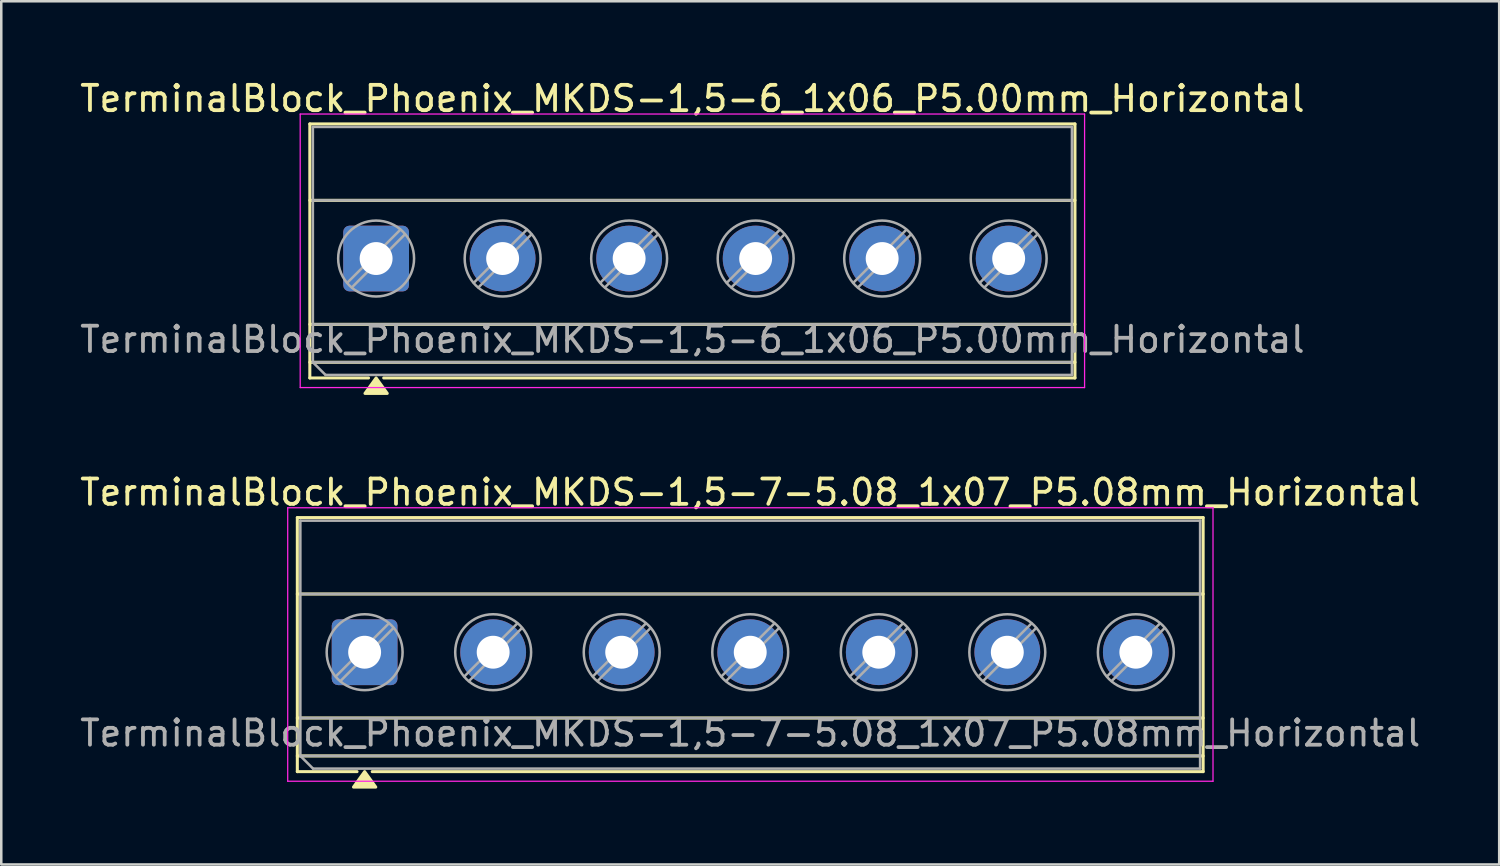
<source format=kicad_pcb>
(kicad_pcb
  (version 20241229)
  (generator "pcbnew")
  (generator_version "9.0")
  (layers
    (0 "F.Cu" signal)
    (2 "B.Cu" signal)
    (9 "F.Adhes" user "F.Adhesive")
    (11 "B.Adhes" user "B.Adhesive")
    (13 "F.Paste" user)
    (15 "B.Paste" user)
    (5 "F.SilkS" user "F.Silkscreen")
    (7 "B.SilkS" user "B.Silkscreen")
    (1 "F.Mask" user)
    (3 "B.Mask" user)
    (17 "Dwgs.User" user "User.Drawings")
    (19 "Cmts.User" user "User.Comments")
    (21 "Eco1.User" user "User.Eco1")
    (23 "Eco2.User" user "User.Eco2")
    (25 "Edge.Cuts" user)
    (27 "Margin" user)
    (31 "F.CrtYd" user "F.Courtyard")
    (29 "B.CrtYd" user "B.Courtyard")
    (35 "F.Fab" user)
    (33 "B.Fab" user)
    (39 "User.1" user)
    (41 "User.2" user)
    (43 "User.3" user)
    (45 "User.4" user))
  (footprint "TerminalBlock_Phoenix_MKDS-1,5-6_1x06_P5.00mm_Horizontal"
    (layer "F.Cu")
    (at 11.815 7.168)
    (property "Reference" "TerminalBlock_Phoenix_MKDS-1,5-6_1x06_P5.00mm_Horizontal" (at 12.5 -6.32 0) (layer "F.SilkS") (effects (font (size 1 1) (thickness 0.15))))
    (attr through_hole)
    (fp_line (start -2.62 -5.32) (end -2.62 4.72) (stroke (width 0.12) (type solid)) (layer "F.SilkS"))
    (fp_line (start -2.62 -5.32) (end 27.62 -5.32) (stroke (width 0.12) (type solid)) (layer "F.SilkS"))
    (fp_line (start -2.62 -2.3) (end 27.62 -2.3) (stroke (width 0.12) (type solid)) (layer "F.SilkS"))
    (fp_line (start -2.62 2.6) (end 27.62 2.6) (stroke (width 0.12) (type solid)) (layer "F.SilkS"))
    (fp_line (start -2.62 4.1) (end 27.62 4.1) (stroke (width 0.12) (type solid)) (layer "F.SilkS"))
    (fp_line (start -2.62 4.72) (end -0.3 4.72) (stroke (width 0.12) (type solid)) (layer "F.SilkS"))
    (fp_line (start 0.3 4.72) (end 27.62 4.72) (stroke (width 0.12) (type solid)) (layer "F.SilkS"))
    (fp_line (start 27.62 -5.32) (end 27.62 4.72) (stroke (width 0.12) (type solid)) (layer "F.SilkS"))
    (fp_poly (pts (xy 0 4.72) (xy 0.44 5.33) (xy -0.44 5.33)) (stroke (width 0.12) (type solid)) (fill yes) (layer "F.SilkS"))
    (fp_line (start -3 -5.71) (end -3 5.1) (stroke (width 0.05) (type solid)) (layer "F.CrtYd"))
    (fp_line (start -3 5.1) (end 28 5.1) (stroke (width 0.05) (type solid)) (layer "F.CrtYd"))
    (fp_line (start 28 -5.71) (end -3 -5.71) (stroke (width 0.05) (type solid)) (layer "F.CrtYd"))
    (fp_line (start 28 5.1) (end 28 -5.71) (stroke (width 0.05) (type solid)) (layer "F.CrtYd"))
    (fp_line (start -2.5 -5.2) (end 27.5 -5.2) (stroke (width 0.1) (type solid)) (layer "F.Fab"))
    (fp_line (start -2.5 -2.3) (end 27.5 -2.3) (stroke (width 0.1) (type solid)) (layer "F.Fab"))
    (fp_line (start -2.5 2.6) (end 27.5 2.6) (stroke (width 0.1) (type solid)) (layer "F.Fab"))
    (fp_line (start -2.5 4.1) (end -2.5 -5.2) (stroke (width 0.1) (type solid)) (layer "F.Fab"))
    (fp_line (start -2.5 4.1) (end 27.5 4.1) (stroke (width 0.1) (type solid)) (layer "F.Fab"))
    (fp_line (start -2 4.6) (end -2.5 4.1) (stroke (width 0.1) (type solid)) (layer "F.Fab"))
    (fp_line (start 0.955 -1.138) (end -1.138 0.955) (stroke (width 0.1) (type solid)) (layer "F.Fab"))
    (fp_line (start 1.138 -0.955) (end -0.955 1.138) (stroke (width 0.1) (type solid)) (layer "F.Fab"))
    (fp_line (start 5.955 -1.138) (end 3.862 0.955) (stroke (width 0.1) (type solid)) (layer "F.Fab"))
    (fp_line (start 6.138 -0.955) (end 4.045 1.138) (stroke (width 0.1) (type solid)) (layer "F.Fab"))
    (fp_line (start 10.955 -1.138) (end 8.862 0.955) (stroke (width 0.1) (type solid)) (layer "F.Fab"))
    (fp_line (start 11.138 -0.955) (end 9.045 1.138) (stroke (width 0.1) (type solid)) (layer "F.Fab"))
    (fp_line (start 15.955 -1.138) (end 13.862 0.955) (stroke (width 0.1) (type solid)) (layer "F.Fab"))
    (fp_line (start 16.138 -0.955) (end 14.045 1.138) (stroke (width 0.1) (type solid)) (layer "F.Fab"))
    (fp_line (start 20.955 -1.138) (end 18.862 0.955) (stroke (width 0.1) (type solid)) (layer "F.Fab"))
    (fp_line (start 21.138 -0.955) (end 19.045 1.138) (stroke (width 0.1) (type solid)) (layer "F.Fab"))
    (fp_line (start 25.955 -1.138) (end 23.862 0.955) (stroke (width 0.1) (type solid)) (layer "F.Fab"))
    (fp_line (start 26.138 -0.955) (end 24.045 1.138) (stroke (width 0.1) (type solid)) (layer "F.Fab"))
    (fp_line (start 27.5 -5.2) (end 27.5 4.6) (stroke (width 0.1) (type solid)) (layer "F.Fab"))
    (fp_line (start 27.5 4.6) (end -2 4.6) (stroke (width 0.1) (type solid)) (layer "F.Fab"))
    (fp_circle (center 0 0) (end 1.5 0) (stroke (width 0.1) (type solid)) (fill no) (layer "F.Fab"))
    (fp_circle (center 5 0) (end 6.5 0) (stroke (width 0.1) (type solid)) (fill no) (layer "F.Fab"))
    (fp_circle (center 10 0) (end 11.5 0) (stroke (width 0.1) (type solid)) (fill no) (layer "F.Fab"))
    (fp_circle (center 15 0) (end 16.5 0) (stroke (width 0.1) (type solid)) (fill no) (layer "F.Fab"))
    (fp_circle (center 20 0) (end 21.5 0) (stroke (width 0.1) (type solid)) (fill no) (layer "F.Fab"))
    (fp_circle (center 25 0) (end 26.5 0) (stroke (width 0.1) (type solid)) (fill no) (layer "F.Fab"))
    (fp_text user "${REFERENCE}" (at 12.5 3.2 0) (layer "F.Fab") (effects (font (size 1 1) (thickness 0.15))))
    (pad "1" thru_hole roundrect (at 0 0) (size 2.6 2.6) (drill 1.3) (layers "*.Cu" "*.Mask") (roundrect_rratio 0.096))
    (pad "2" thru_hole circle (at 5 0) (size 2.6 2.6) (drill 1.3) (layers "*.Cu" "*.Mask"))
    (pad "3" thru_hole circle (at 10 0) (size 2.6 2.6) (drill 1.3) (layers "*.Cu" "*.Mask"))
    (pad "4" thru_hole circle (at 15 0) (size 2.6 2.6) (drill 1.3) (layers "*.Cu" "*.Mask"))
    (pad "5" thru_hole circle (at 20 0) (size 2.6 2.6) (drill 1.3) (layers "*.Cu" "*.Mask"))
    (pad "6" thru_hole circle (at 25 0) (size 2.6 2.6) (drill 1.3) (layers "*.Cu" "*.Mask")))
  (footprint "TerminalBlock_Phoenix_MKDS-1,5-7-5.08_1x07_P5.08mm_Horizontal"
    (layer "F.Cu")
    (at 11.361 22.727)
    (property "Reference" "TerminalBlock_Phoenix_MKDS-1,5-7-5.08_1x07_P5.08mm_Horizontal" (at 15.24 -6.32 0) (layer "F.SilkS") (effects (font (size 1 1) (thickness 0.15))))
    (attr through_hole)
    (fp_line (start -2.66 -5.32) (end -2.66 4.72) (stroke (width 0.12) (type solid)) (layer "F.SilkS"))
    (fp_line (start -2.66 -5.32) (end 33.14 -5.32) (stroke (width 0.12) (type solid)) (layer "F.SilkS"))
    (fp_line (start -2.66 -2.3) (end 33.14 -2.3) (stroke (width 0.12) (type solid)) (layer "F.SilkS"))
    (fp_line (start -2.66 2.6) (end 33.14 2.6) (stroke (width 0.12) (type solid)) (layer "F.SilkS"))
    (fp_line (start -2.66 4.1) (end 33.14 4.1) (stroke (width 0.12) (type solid)) (layer "F.SilkS"))
    (fp_line (start -2.66 4.72) (end -0.3 4.72) (stroke (width 0.12) (type solid)) (layer "F.SilkS"))
    (fp_line (start 0.3 4.72) (end 33.14 4.72) (stroke (width 0.12) (type solid)) (layer "F.SilkS"))
    (fp_line (start 33.14 -5.32) (end 33.14 4.72) (stroke (width 0.12) (type solid)) (layer "F.SilkS"))
    (fp_poly (pts (xy 0 4.72) (xy 0.44 5.33) (xy -0.44 5.33)) (stroke (width 0.12) (type solid)) (fill yes) (layer "F.SilkS"))
    (fp_line (start -3.04 -5.71) (end -3.04 5.1) (stroke (width 0.05) (type solid)) (layer "F.CrtYd"))
    (fp_line (start -3.04 5.1) (end 33.53 5.1) (stroke (width 0.05) (type solid)) (layer "F.CrtYd"))
    (fp_line (start 33.53 -5.71) (end -3.04 -5.71) (stroke (width 0.05) (type solid)) (layer "F.CrtYd"))
    (fp_line (start 33.53 5.1) (end 33.53 -5.71) (stroke (width 0.05) (type solid)) (layer "F.CrtYd"))
    (fp_line (start -2.54 -5.2) (end 33.02 -5.2) (stroke (width 0.1) (type solid)) (layer "F.Fab"))
    (fp_line (start -2.54 -2.3) (end 33.02 -2.3) (stroke (width 0.1) (type solid)) (layer "F.Fab"))
    (fp_line (start -2.54 2.6) (end 33.02 2.6) (stroke (width 0.1) (type solid)) (layer "F.Fab"))
    (fp_line (start -2.54 4.1) (end -2.54 -5.2) (stroke (width 0.1) (type solid)) (layer "F.Fab"))
    (fp_line (start -2.54 4.1) (end 33.02 4.1) (stroke (width 0.1) (type solid)) (layer "F.Fab"))
    (fp_line (start -2.04 4.6) (end -2.54 4.1) (stroke (width 0.1) (type solid)) (layer "F.Fab"))
    (fp_line (start 0.955 -1.138) (end -1.138 0.955) (stroke (width 0.1) (type solid)) (layer "F.Fab"))
    (fp_line (start 1.138 -0.955) (end -0.955 1.138) (stroke (width 0.1) (type solid)) (layer "F.Fab"))
    (fp_line (start 6.035 -1.138) (end 3.942 0.955) (stroke (width 0.1) (type solid)) (layer "F.Fab"))
    (fp_line (start 6.218 -0.955) (end 4.125 1.138) (stroke (width 0.1) (type solid)) (layer "F.Fab"))
    (fp_line (start 11.115 -1.138) (end 9.022 0.955) (stroke (width 0.1) (type solid)) (layer "F.Fab"))
    (fp_line (start 11.298 -0.955) (end 9.205 1.138) (stroke (width 0.1) (type solid)) (layer "F.Fab"))
    (fp_line (start 16.195 -1.138) (end 14.102 0.955) (stroke (width 0.1) (type solid)) (layer "F.Fab"))
    (fp_line (start 16.378 -0.955) (end 14.285 1.138) (stroke (width 0.1) (type solid)) (layer "F.Fab"))
    (fp_line (start 21.275 -1.138) (end 19.182 0.955) (stroke (width 0.1) (type solid)) (layer "F.Fab"))
    (fp_line (start 21.458 -0.955) (end 19.365 1.138) (stroke (width 0.1) (type solid)) (layer "F.Fab"))
    (fp_line (start 26.355 -1.138) (end 24.262 0.955) (stroke (width 0.1) (type solid)) (layer "F.Fab"))
    (fp_line (start 26.538 -0.955) (end 24.445 1.138) (stroke (width 0.1) (type solid)) (layer "F.Fab"))
    (fp_line (start 31.435 -1.138) (end 29.342 0.955) (stroke (width 0.1) (type solid)) (layer "F.Fab"))
    (fp_line (start 31.618 -0.955) (end 29.525 1.138) (stroke (width 0.1) (type solid)) (layer "F.Fab"))
    (fp_line (start 33.02 -5.2) (end 33.02 4.6) (stroke (width 0.1) (type solid)) (layer "F.Fab"))
    (fp_line (start 33.02 4.6) (end -2.04 4.6) (stroke (width 0.1) (type solid)) (layer "F.Fab"))
    (fp_circle (center 0 0) (end 1.5 0) (stroke (width 0.1) (type solid)) (fill no) (layer "F.Fab"))
    (fp_circle (center 5.08 0) (end 6.58 0) (stroke (width 0.1) (type solid)) (fill no) (layer "F.Fab"))
    (fp_circle (center 10.16 0) (end 11.66 0) (stroke (width 0.1) (type solid)) (fill no) (layer "F.Fab"))
    (fp_circle (center 15.24 0) (end 16.74 0) (stroke (width 0.1) (type solid)) (fill no) (layer "F.Fab"))
    (fp_circle (center 20.32 0) (end 21.82 0) (stroke (width 0.1) (type solid)) (fill no) (layer "F.Fab"))
    (fp_circle (center 25.4 0) (end 26.9 0) (stroke (width 0.1) (type solid)) (fill no) (layer "F.Fab"))
    (fp_circle (center 30.48 0) (end 31.98 0) (stroke (width 0.1) (type solid)) (fill no) (layer "F.Fab"))
    (fp_text user "${REFERENCE}" (at 15.24 3.2 0) (layer "F.Fab") (effects (font (size 1 1) (thickness 0.15))))
    (pad "1" thru_hole roundrect (at 0 0) (size 2.6 2.6) (drill 1.3) (layers "*.Cu" "*.Mask") (roundrect_rratio 0.096))
    (pad "2" thru_hole circle (at 5.08 0) (size 2.6 2.6) (drill 1.3) (layers "*.Cu" "*.Mask"))
    (pad "3" thru_hole circle (at 10.16 0) (size 2.6 2.6) (drill 1.3) (layers "*.Cu" "*.Mask"))
    (pad "4" thru_hole circle (at 15.24 0) (size 2.6 2.6) (drill 1.3) (layers "*.Cu" "*.Mask"))
    (pad "5" thru_hole circle (at 20.32 0) (size 2.6 2.6) (drill 1.3) (layers "*.Cu" "*.Mask"))
    (pad "6" thru_hole circle (at 25.4 0) (size 2.6 2.6) (drill 1.3) (layers "*.Cu" "*.Mask"))
    (pad "7" thru_hole circle (at 30.48 0) (size 2.6 2.6) (drill 1.3) (layers "*.Cu" "*.Mask")))
  (gr_rect
    (start -3 -3)
    (end 56.202 31.116)
    (stroke (width 0.1) (type default))
    (fill no)
    (layer "Edge.Cuts")))
</source>
